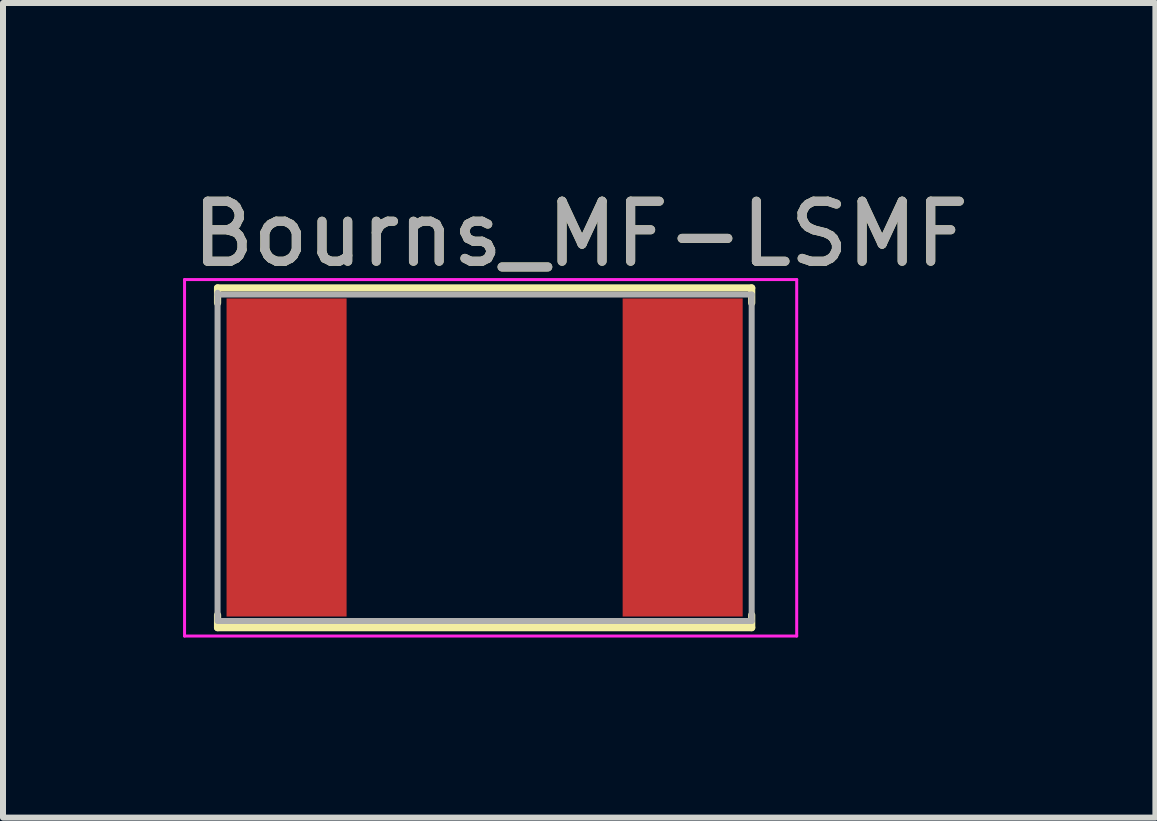
<source format=kicad_pcb>
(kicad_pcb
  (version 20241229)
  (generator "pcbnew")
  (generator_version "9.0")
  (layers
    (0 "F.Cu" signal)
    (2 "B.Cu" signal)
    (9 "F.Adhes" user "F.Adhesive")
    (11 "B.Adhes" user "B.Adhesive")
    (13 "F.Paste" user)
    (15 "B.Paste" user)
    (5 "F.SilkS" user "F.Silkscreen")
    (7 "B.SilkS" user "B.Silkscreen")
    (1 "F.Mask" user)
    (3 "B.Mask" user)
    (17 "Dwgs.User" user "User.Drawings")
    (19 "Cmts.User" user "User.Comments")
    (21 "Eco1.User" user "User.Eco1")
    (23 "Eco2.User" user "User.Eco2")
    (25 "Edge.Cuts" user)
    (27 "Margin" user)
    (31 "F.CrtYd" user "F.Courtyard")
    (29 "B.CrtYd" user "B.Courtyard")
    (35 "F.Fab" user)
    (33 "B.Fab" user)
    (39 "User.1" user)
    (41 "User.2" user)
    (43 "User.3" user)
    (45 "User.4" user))
  (footprint "Bourns_MF-LSMF"
    (layer "F.Cu")
    (at 5.025 4.848)
    (property "Reference" "Bourns_MF-LSMF" (at 1.6 -4 0) (unlocked yes) (layer "F.SilkS") (effects (font (size 1 1) (thickness 0.15))))
    (attr smd)
    (fp_line (start -4.45 -3.1) (end -4.45 -2.85) (stroke (width 0.12) (type solid)) (layer "F.SilkS"))
    (fp_line (start -4.45 -3.1) (end 4.45 -3.1) (stroke (width 0.12) (type solid)) (layer "F.SilkS"))
    (fp_line (start -4.45 2.56) (end -4.45 2.35) (stroke (width 0.12) (type solid)) (layer "F.SilkS"))
    (fp_line (start -4.45 2.56) (end 4.45 2.56) (stroke (width 0.12) (type solid)) (layer "F.SilkS"))
    (fp_line (start 4.45 -3.1) (end 4.45 -2.85) (stroke (width 0.12) (type solid)) (layer "F.SilkS"))
    (fp_line (start 4.45 2.56) (end 4.45 2.35) (stroke (width 0.12) (type solid)) (layer "F.SilkS"))
    (fp_line (start -5 -3.24) (end 5.2 -3.24) (stroke (width 0.05) (type solid)) (layer "F.CrtYd"))
    (fp_line (start -5 2.7) (end -5 -3.24) (stroke (width 0.05) (type solid)) (layer "F.CrtYd"))
    (fp_line (start 5.2 -3.24) (end 5.2 2.7) (stroke (width 0.05) (type solid)) (layer "F.CrtYd"))
    (fp_line (start 5.2 2.7) (end -5 2.7) (stroke (width 0.05) (type solid)) (layer "F.CrtYd"))
    (fp_line (start -4.45 -2.99) (end 4.45 -2.99) (stroke (width 0.1) (type solid)) (layer "F.Fab"))
    (fp_line (start -4.45 2.42) (end -4.45 -3.02) (stroke (width 0.1) (type solid)) (layer "F.Fab"))
    (fp_line (start 4.45 -2.99) (end 4.45 2.45) (stroke (width 0.1) (type solid)) (layer "F.Fab"))
    (fp_line (start 4.45 2.45) (end -4.45 2.45) (stroke (width 0.1) (type solid)) (layer "F.Fab"))
    (fp_text user "${REFERENCE}" (at 1.6 -4 0) (unlocked yes) (layer "F.Fab") (effects (font (size 1 1) (thickness 0.15))))
    (pad "1" smd rect (at -3.3 -0.275) (size 2 5.3) (layers "F.Cu" "F.Mask" "F.Paste"))
    (pad "2" smd rect (at 3.3 -0.275) (size 2 5.3) (layers "F.Cu" "F.Mask" "F.Paste")))
  (gr_rect
    (start -3 -3)
    (end 16.202 10.573)
    (stroke (width 0.1) (type default))
    (fill no)
    (layer "Edge.Cuts")))
</source>
